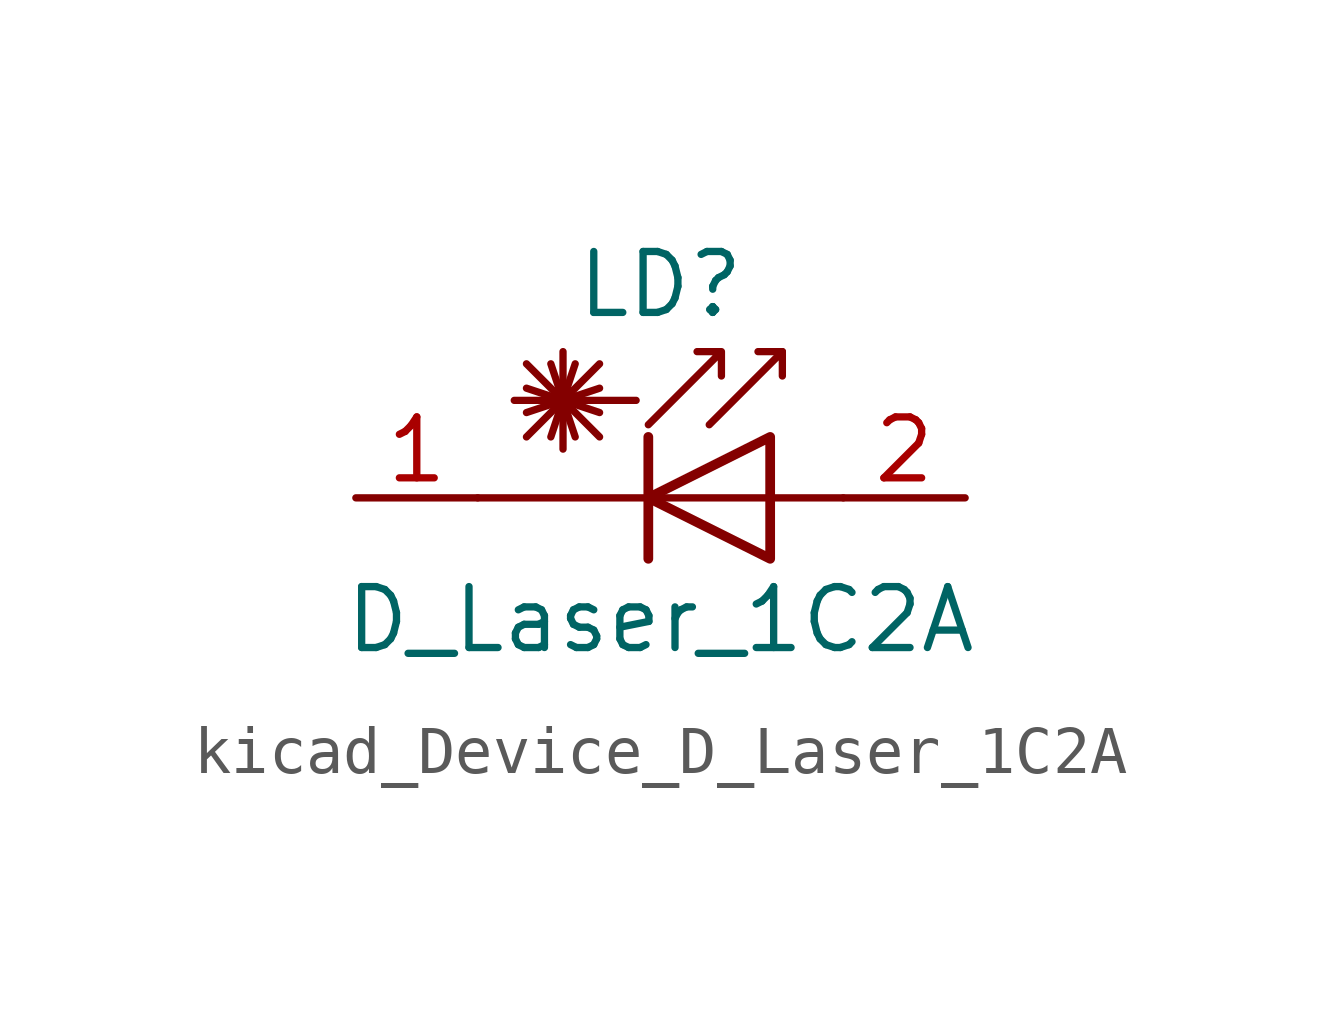
<source format=kicad_sym>
(kicad_symbol_lib
  (version 20220914)
  (generator kicad_symbol_editor)
  (symbol "kicad_Device_D_Laser_1C2A"
    (pin_names
      (offset 1.016) hide)
    (property "Reference" "LD"
      (at -1.27 4.445 0)
      (effects (font (size 1.27 1.27))))
    (property "Value" "D_Laser_1C2A"
      (at -1.27 -2.54 0)
      (effects (font (size 1.27 1.27))))
    (symbol "kicad_Device_D_Laser_1C2A_0_1"
      (polyline (pts (xy -4.064 1.27) (xy -2.54 2.794)) (stroke (width 0) (type default)) (fill (type none)))
      (polyline (pts (xy -4.064 1.778) (xy -2.54 2.286)) (stroke (width 0) (type default)) (fill (type none)))
      (polyline (pts (xy -4.064 2.286) (xy -2.54 1.778)) (stroke (width 0) (type default)) (fill (type none)))
      (polyline (pts (xy -4.064 2.794) (xy -2.54 1.27)) (stroke (width 0) (type default)) (fill (type none)))
      (polyline (pts (xy -3.556 2.794) (xy -3.048 1.27)) (stroke (width 0) (type default)) (fill (type none)))
      (polyline (pts (xy -3.302 2.032) (xy -3.302 1.016)) (stroke (width 0) (type default)) (fill (type none)))
      (polyline (pts (xy -3.302 2.032) (xy -3.302 3.048)) (stroke (width 0) (type default)) (fill (type none)))
      (polyline (pts (xy -3.048 2.794) (xy -3.556 1.27)) (stroke (width 0) (type default)) (fill (type none)))
      (polyline (pts (xy -1.778 2.032) (xy -4.318 2.032)) (stroke (width 0) (type default)) (fill (type none)))
      (polyline (pts (xy -1.524 1.27) (xy -1.524 -1.27)) (stroke (width 0.203) (type default)) (fill (type none)))
      (polyline (pts (xy 1.27 3.048) (xy 0.762 3.048)) (stroke (width 0) (type default)) (fill (type none)))
      (polyline (pts (xy 2.54 0) (xy -5.08 0)) (stroke (width 0) (type default)) (fill (type none)))
      (polyline (pts (xy -0.254 1.524) (xy 1.27 3.048) (xy 1.27 2.54)) (stroke (width 0) (type default)) (fill (type none)))
      (polyline (pts (xy 1.016 1.27) (xy 1.016 -1.27) (xy -1.524 0) (xy 1.016 1.27)) (stroke (width 0.203) (type default)) (fill (type none)))
      (polyline (pts (xy -1.524 1.524) (xy 0 3.048) (xy 0 2.54) (xy 0 3.048) (xy -0.508 3.048)) (stroke (width 0) (type default)) (fill (type none))))
    (symbol "kicad_Device_D_Laser_1C2A_1_1"
      (pin passive line (at -7.62 0 0) (length 2.54) (name "K" (effects (font (size 1.27 1.27)))) (number "1" (effects (font (size 1.27 1.27)))))
      (pin passive line (at 5.08 0 180) (length 2.54) (name "A" (effects (font (size 1.27 1.27)))) (number "2" (effects (font (size 1.27 1.27))))))))
</source>
